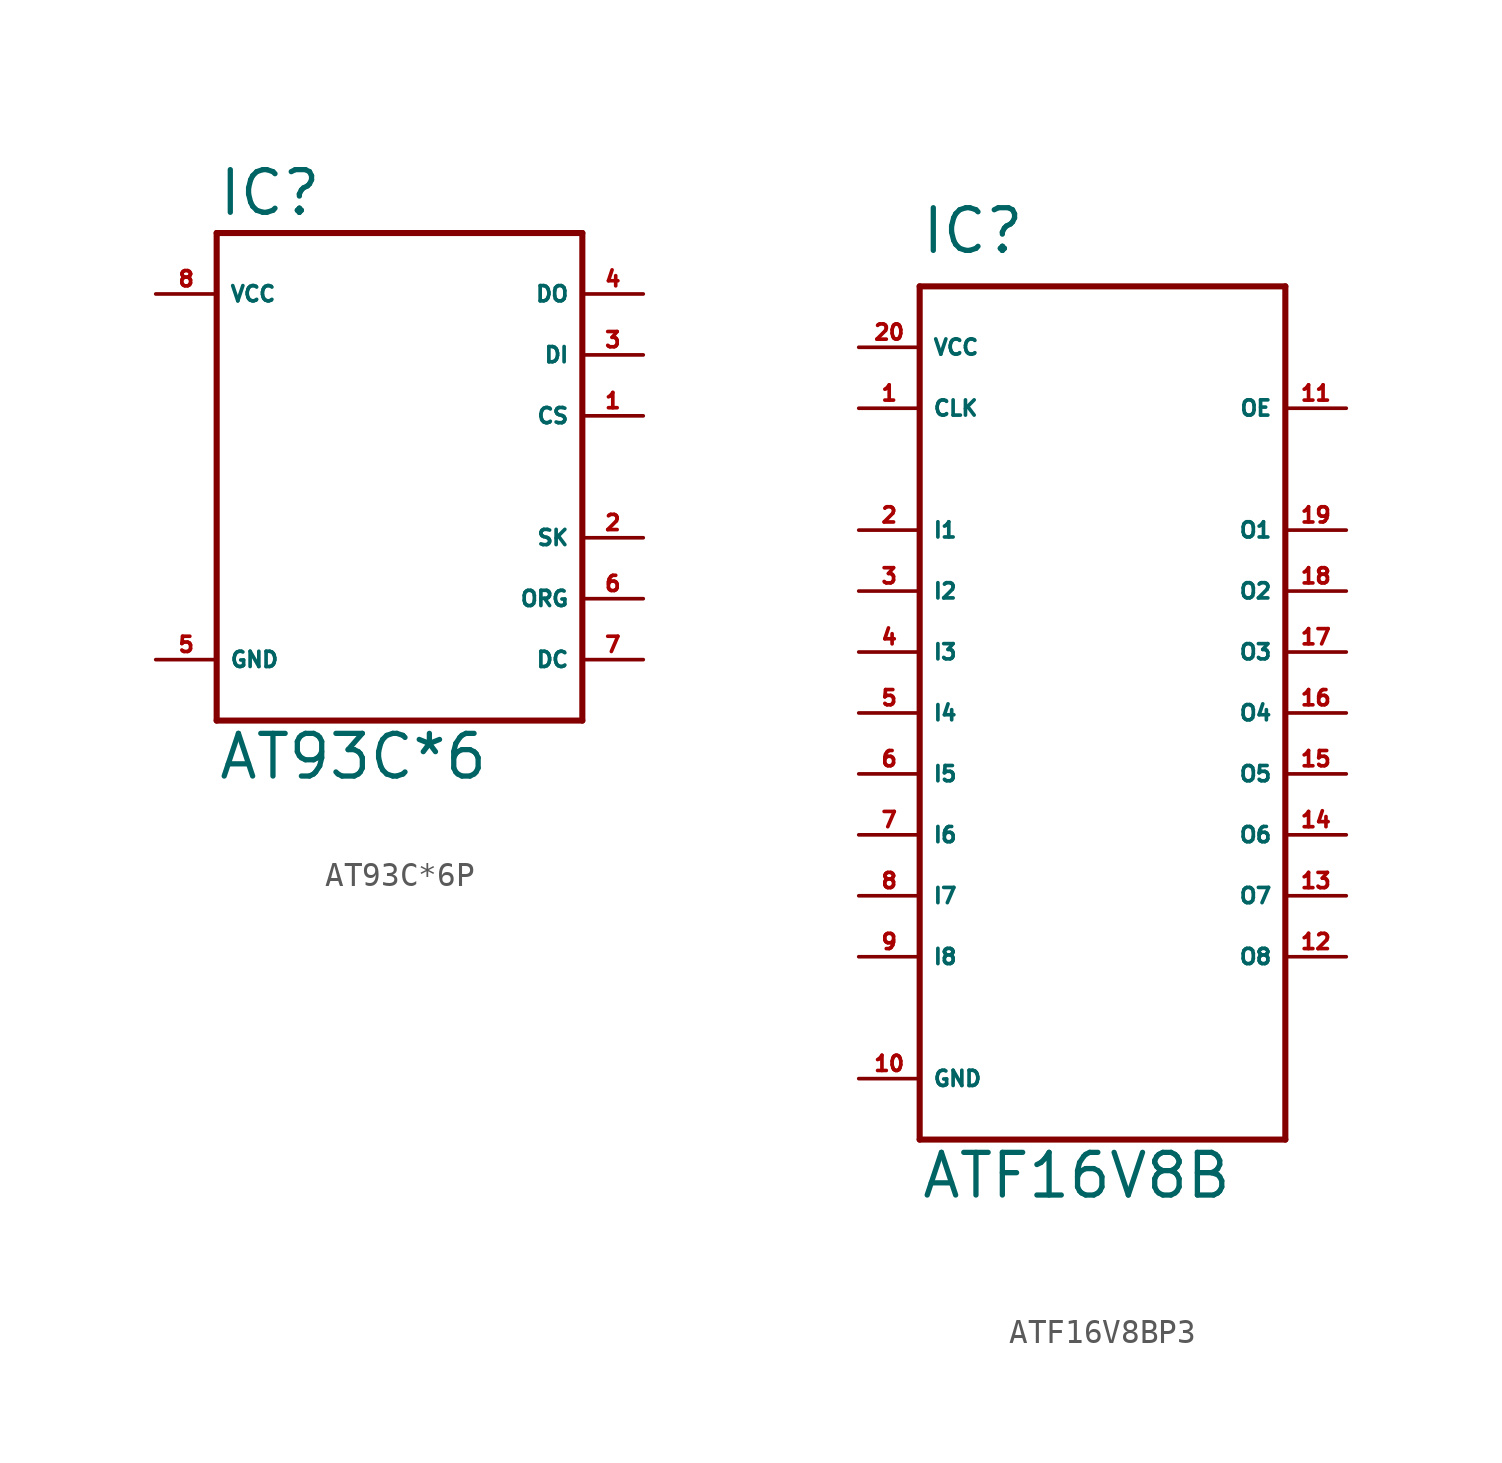
<source format=kicad_sym>
(kicad_symbol_lib
  (version 20220914)
  (generator Eagle2Kicad)
  (symbol "AT93C*6P"
    (property "Reference" "IC"
      (at -7.62 10.795 0)
      (effects (font (size 1.778 1.778) (thickness 0.22)) (justify left bottom)))
    (property "Value" "AT93C*6"
      (at -7.62 -12.7 0)
      (effects (font (size 1.778 1.778) (thickness 0.22)) (justify left bottom)))
    (polyline
      (pts (xy -7.62 10.16) (xy 7.62 10.16))
      (stroke (width 0.254) (type default))
      (fill (type none)))
    (polyline
      (pts (xy 7.62 10.16) (xy 7.62 -10.16))
      (stroke (width 0.254) (type default))
      (fill (type none)))
    (polyline
      (pts (xy 7.62 -10.16) (xy -7.62 -10.16))
      (stroke (width 0.254) (type default))
      (fill (type none)))
    (polyline
      (pts (xy -7.62 -10.16) (xy -7.62 10.16))
      (stroke (width 0.254) (type default))
      (fill (type none)))
    (pin output line
      (at 10.16 7.62 180)
      (length 2.54)
      (name "DO" (effects (font (size 0.635 0.635) (thickness 0.08)) (justify left bottom)))
      (number "4" (effects (font (size 0.635 0.635) (thickness 0.08)) (justify left bottom))))
    (pin input line
      (at 10.16 5.08 180)
      (length 2.54)
      (name "DI" (effects (font (size 0.635 0.635) (thickness 0.08)) (justify left bottom)))
      (number "3" (effects (font (size 0.635 0.635) (thickness 0.08)) (justify left bottom))))
    (pin input line
      (at 10.16 2.54 180)
      (length 2.54)
      (name "CS" (effects (font (size 0.635 0.635) (thickness 0.08)) (justify left bottom)))
      (number "1" (effects (font (size 0.635 0.635) (thickness 0.08)) (justify left bottom))))
    (pin bidirectional line
      (at 10.16 -2.54 180)
      (length 2.54)
      (name "SK" (effects (font (size 0.635 0.635) (thickness 0.08)) (justify left bottom)))
      (number "2" (effects (font (size 0.635 0.635) (thickness 0.08)) (justify left bottom))))
    (pin input line
      (at 10.16 -5.08 180)
      (length 2.54)
      (name "ORG" (effects (font (size 0.635 0.635) (thickness 0.08)) (justify left bottom)))
      (number "6" (effects (font (size 0.635 0.635) (thickness 0.08)) (justify left bottom))))
    (pin input line
      (at 10.16 -7.62 180)
      (length 2.54)
      (name "DC" (effects (font (size 0.635 0.635) (thickness 0.08)) (justify left bottom)))
      (number "7" (effects (font (size 0.635 0.635) (thickness 0.08)) (justify left bottom))))
    (pin unspecified line
      (at -10.16 -7.62 0)
      (length 2.54)
      (name "GND" (effects (font (size 0.635 0.635) (thickness 0.08)) (justify left bottom)))
      (number "5" (effects (font (size 0.635 0.635) (thickness 0.08)) (justify left bottom))))
    (pin unspecified line
      (at -10.16 7.62 0)
      (length 2.54)
      (name "VCC" (effects (font (size 0.635 0.635) (thickness 0.08)) (justify left bottom)))
      (number "8" (effects (font (size 0.635 0.635) (thickness 0.08)) (justify left bottom)))))
  (symbol "ATF16V8BP3"
    (property "Reference" "IC"
      (at -7.62 19.05 0)
      (effects (font (size 1.778 1.778) (thickness 0.22)) (justify left bottom)))
    (property "Value" "ATF16V8B"
      (at -7.62 -20.32 0)
      (effects (font (size 1.778 1.778) (thickness 0.22)) (justify left bottom)))
    (polyline
      (pts (xy -7.62 17.78) (xy 7.62 17.78))
      (stroke (width 0.254) (type default))
      (fill (type none)))
    (polyline
      (pts (xy 7.62 17.78) (xy 7.62 -17.78))
      (stroke (width 0.254) (type default))
      (fill (type none)))
    (polyline
      (pts (xy 7.62 -17.78) (xy -7.62 -17.78))
      (stroke (width 0.254) (type default))
      (fill (type none)))
    (polyline
      (pts (xy -7.62 -17.78) (xy -7.62 17.78))
      (stroke (width 0.254) (type default))
      (fill (type none)))
    (pin input line
      (at -10.16 12.7 0)
      (length 2.54)
      (name "CLK" (effects (font (size 0.635 0.635) (thickness 0.08)) (justify left bottom)))
      (number "1" (effects (font (size 0.635 0.635) (thickness 0.08)) (justify left bottom))))
    (pin input line
      (at -10.16 7.62 0)
      (length 2.54)
      (name "I1" (effects (font (size 0.635 0.635) (thickness 0.08)) (justify left bottom)))
      (number "2" (effects (font (size 0.635 0.635) (thickness 0.08)) (justify left bottom))))
    (pin input line
      (at -10.16 5.08 0)
      (length 2.54)
      (name "I2" (effects (font (size 0.635 0.635) (thickness 0.08)) (justify left bottom)))
      (number "3" (effects (font (size 0.635 0.635) (thickness 0.08)) (justify left bottom))))
    (pin input line
      (at -10.16 2.54 0)
      (length 2.54)
      (name "I3" (effects (font (size 0.635 0.635) (thickness 0.08)) (justify left bottom)))
      (number "4" (effects (font (size 0.635 0.635) (thickness 0.08)) (justify left bottom))))
    (pin input line
      (at -10.16 0 0)
      (length 2.54)
      (name "I4" (effects (font (size 0.635 0.635) (thickness 0.08)) (justify left bottom)))
      (number "5" (effects (font (size 0.635 0.635) (thickness 0.08)) (justify left bottom))))
    (pin input line
      (at -10.16 -2.54 0)
      (length 2.54)
      (name "I5" (effects (font (size 0.635 0.635) (thickness 0.08)) (justify left bottom)))
      (number "6" (effects (font (size 0.635 0.635) (thickness 0.08)) (justify left bottom))))
    (pin input line
      (at -10.16 -5.08 0)
      (length 2.54)
      (name "I6" (effects (font (size 0.635 0.635) (thickness 0.08)) (justify left bottom)))
      (number "7" (effects (font (size 0.635 0.635) (thickness 0.08)) (justify left bottom))))
    (pin input line
      (at -10.16 -7.62 0)
      (length 2.54)
      (name "I7" (effects (font (size 0.635 0.635) (thickness 0.08)) (justify left bottom)))
      (number "8" (effects (font (size 0.635 0.635) (thickness 0.08)) (justify left bottom))))
    (pin input line
      (at -10.16 -10.16 0)
      (length 2.54)
      (name "I8" (effects (font (size 0.635 0.635) (thickness 0.08)) (justify left bottom)))
      (number "9" (effects (font (size 0.635 0.635) (thickness 0.08)) (justify left bottom))))
    (pin output line
      (at 10.16 7.62 180)
      (length 2.54)
      (name "O1" (effects (font (size 0.635 0.635) (thickness 0.08)) (justify left bottom)))
      (number "19" (effects (font (size 0.635 0.635) (thickness 0.08)) (justify left bottom))))
    (pin output line
      (at 10.16 5.08 180)
      (length 2.54)
      (name "O2" (effects (font (size 0.635 0.635) (thickness 0.08)) (justify left bottom)))
      (number "18" (effects (font (size 0.635 0.635) (thickness 0.08)) (justify left bottom))))
    (pin output line
      (at 10.16 2.54 180)
      (length 2.54)
      (name "O3" (effects (font (size 0.635 0.635) (thickness 0.08)) (justify left bottom)))
      (number "17" (effects (font (size 0.635 0.635) (thickness 0.08)) (justify left bottom))))
    (pin output line
      (at 10.16 0 180)
      (length 2.54)
      (name "O4" (effects (font (size 0.635 0.635) (thickness 0.08)) (justify left bottom)))
      (number "16" (effects (font (size 0.635 0.635) (thickness 0.08)) (justify left bottom))))
    (pin output line
      (at 10.16 -2.54 180)
      (length 2.54)
      (name "O5" (effects (font (size 0.635 0.635) (thickness 0.08)) (justify left bottom)))
      (number "15" (effects (font (size 0.635 0.635) (thickness 0.08)) (justify left bottom))))
    (pin output line
      (at 10.16 -5.08 180)
      (length 2.54)
      (name "O6" (effects (font (size 0.635 0.635) (thickness 0.08)) (justify left bottom)))
      (number "14" (effects (font (size 0.635 0.635) (thickness 0.08)) (justify left bottom))))
    (pin output line
      (at 10.16 -7.62 180)
      (length 2.54)
      (name "O7" (effects (font (size 0.635 0.635) (thickness 0.08)) (justify left bottom)))
      (number "13" (effects (font (size 0.635 0.635) (thickness 0.08)) (justify left bottom))))
    (pin output line
      (at 10.16 -10.16 180)
      (length 2.54)
      (name "O8" (effects (font (size 0.635 0.635) (thickness 0.08)) (justify left bottom)))
      (number "12" (effects (font (size 0.635 0.635) (thickness 0.08)) (justify left bottom))))
    (pin input line
      (at 10.16 12.7 180)
      (length 2.54)
      (name "OE" (effects (font (size 0.635 0.635) (thickness 0.08)) (justify left bottom)))
      (number "11" (effects (font (size 0.635 0.635) (thickness 0.08)) (justify left bottom))))
    (pin unspecified line
      (at -10.16 15.24 0)
      (length 2.54)
      (name "VCC" (effects (font (size 0.635 0.635) (thickness 0.08)) (justify left bottom)))
      (number "20" (effects (font (size 0.635 0.635) (thickness 0.08)) (justify left bottom))))
    (pin unspecified line
      (at -10.16 -15.24 0)
      (length 2.54)
      (name "GND" (effects (font (size 0.635 0.635) (thickness 0.08)) (justify left bottom)))
      (number "10" (effects (font (size 0.635 0.635) (thickness 0.08)) (justify left bottom))))))
</source>
